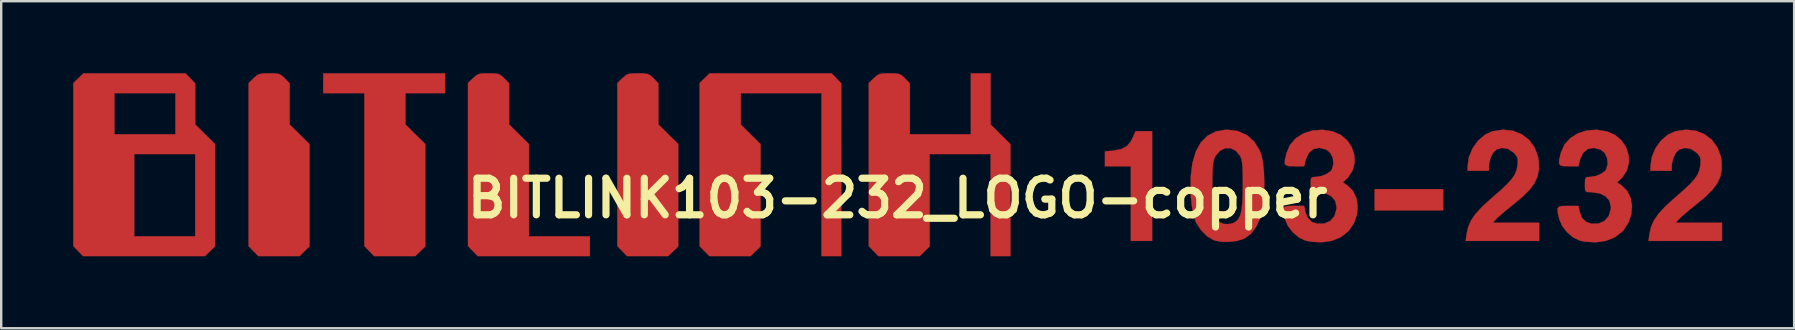
<source format=kicad_pcb>
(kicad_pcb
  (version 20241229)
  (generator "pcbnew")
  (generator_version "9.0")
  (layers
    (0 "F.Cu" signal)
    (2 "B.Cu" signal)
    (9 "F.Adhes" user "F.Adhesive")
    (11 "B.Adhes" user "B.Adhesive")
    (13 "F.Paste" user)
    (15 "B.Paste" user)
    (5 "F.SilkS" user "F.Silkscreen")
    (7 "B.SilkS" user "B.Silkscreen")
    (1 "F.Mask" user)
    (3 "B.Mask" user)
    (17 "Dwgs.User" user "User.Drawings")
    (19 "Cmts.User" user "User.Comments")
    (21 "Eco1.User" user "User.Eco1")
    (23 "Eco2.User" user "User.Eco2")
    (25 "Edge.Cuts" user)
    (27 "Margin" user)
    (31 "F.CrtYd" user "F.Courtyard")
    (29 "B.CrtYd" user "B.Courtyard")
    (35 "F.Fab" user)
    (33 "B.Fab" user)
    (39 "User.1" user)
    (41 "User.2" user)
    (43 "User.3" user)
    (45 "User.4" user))
  (footprint "BITLINK103-232_LOGO-copper"
    (layer "F.Cu")
    (at 34.359 5.212)
    (property "Reference" "BITLINK103-232_LOGO-copper" (at 0 0 0) (layer "F.SilkS") (effects (font (size 1.524 1.524) (thickness 0.3))))
    (attr through_hole)
    (fp_poly (pts (xy 22.733 0.508) (xy 19.875 0.508) (xy 19.875 -0.381) (xy 22.733 -0.381) (xy 22.733 0.508)) (stroke (width 0.01) (type solid)) (fill yes) (layer "F.Cu"))
    (fp_poly (pts (xy 10.604 1.778) (xy 9.716 1.778) (xy 9.716 -1.333) (xy 8.636 -1.333) (xy 8.636 -1.951) (xy 8.99 -1.987) (xy 9.313 -2.049) (xy 9.543 -2.168) (xy 9.711 -2.364) (xy 9.788 -2.514) (xy 9.912 -2.794) (xy 10.604 -2.794) (xy 10.604 1.778)) (stroke (width 0.01) (type solid)) (fill yes) (layer "F.Cu"))
    (fp_poly (pts (xy -18.86 -4.381) (xy -20.511 -4.381) (xy -20.511 -3.076) (xy -20.098 -2.667) (xy -19.685 -2.258) (xy -19.685 2.007) (xy -19.894 2.21) (xy -20.104 2.413) (xy -21.819 2.413) (xy -22.022 2.204) (xy -22.225 1.994) (xy -22.225 -4.381) (xy -23.939 -4.381) (xy -23.939 -5.207) (xy -18.86 -5.207) (xy -18.86 -4.381)) (stroke (width 0.01) (type solid)) (fill yes) (layer "F.Cu"))
    (fp_poly (pts (xy -2.552 -4.998) (xy -2.35 -4.788) (xy -2.349 -1.188) (xy -2.349 2.413) (xy -3.175 2.413) (xy -3.175 -4.381) (xy -6.54 -4.381) (xy -6.54 -3.076) (xy -6.128 -2.667) (xy -5.715 -2.258) (xy -5.715 2.007) (xy -5.924 2.21) (xy -6.134 2.413) (xy -7.849 2.413) (xy -8.052 2.204) (xy -8.255 1.994) (xy -8.255 -4.801) (xy -8.046 -5.004) (xy -7.836 -5.207) (xy -5.296 -5.207) (xy -2.755 -5.207) (xy -2.552 -4.998)) (stroke (width 0.01) (type solid)) (fill yes) (layer "F.Cu"))
    (fp_poly (pts (xy -16.804 -5.203) (xy -16.65 -5.181) (xy -16.538 -5.129) (xy -16.429 -5.031) (xy -16.395 -4.998) (xy -16.192 -4.788) (xy -16.192 -3.076) (xy -15.78 -2.667) (xy -15.367 -2.258) (xy -15.367 1.587) (xy -12.827 1.587) (xy -12.827 2.413) (xy -17.501 2.413) (xy -17.704 2.204) (xy -17.907 1.994) (xy -17.907 -4.801) (xy -17.698 -5.004) (xy -17.576 -5.112) (xy -17.464 -5.173) (xy -17.318 -5.2) (xy -17.095 -5.207) (xy -17.043 -5.207) (xy -16.804 -5.203)) (stroke (width 0.01) (type solid)) (fill yes) (layer "F.Cu"))
    (fp_poly (pts (xy -10.581 -5.203) (xy -10.427 -5.181) (xy -10.315 -5.129) (xy -10.206 -5.031) (xy -10.172 -4.998) (xy -9.97 -4.788) (xy -9.97 -3.076) (xy -9.557 -2.667) (xy -9.144 -2.258) (xy -9.144 2.007) (xy -9.353 2.21) (xy -9.563 2.413) (xy -11.278 2.413) (xy -11.481 2.204) (xy -11.684 1.994) (xy -11.684 -4.801) (xy -11.475 -5.004) (xy -11.353 -5.112) (xy -11.241 -5.173) (xy -11.095 -5.2) (xy -10.872 -5.207) (xy -10.82 -5.207) (xy -10.581 -5.203)) (stroke (width 0.01) (type solid)) (fill yes) (layer "F.Cu"))
    (fp_poly (pts (xy -25.948 -5.203) (xy -25.794 -5.181) (xy -25.682 -5.129) (xy -25.573 -5.031) (xy -25.539 -4.998) (xy -25.337 -4.788) (xy -25.337 -3.076) (xy -24.924 -2.667) (xy -24.511 -2.258) (xy -24.511 2.007) (xy -24.72 2.21) (xy -24.93 2.413) (xy -26.645 2.413) (xy -26.848 2.204) (xy -27.051 1.994) (xy -27.051 -1.403) (xy -27.051 -4.801) (xy -26.842 -5.004) (xy -26.72 -5.112) (xy -26.608 -5.173) (xy -26.462 -5.2) (xy -26.239 -5.207) (xy -26.187 -5.207) (xy -25.948 -5.203)) (stroke (width 0.01) (type solid)) (fill yes) (layer "F.Cu"))
    (fp_poly (pts (xy 3.873 -3.076) (xy 4.286 -2.667) (xy 4.699 -2.258) (xy 4.699 2.413) (xy 3.873 2.413) (xy 3.873 -1.841) (xy 1.333 -1.841) (xy 1.333 2.007) (xy 1.124 2.21) (xy 0.915 2.413) (xy -0.801 2.413) (xy -1.004 2.204) (xy -1.206 1.994) (xy -1.206 -4.801) (xy -0.997 -5.004) (xy -0.876 -5.112) (xy -0.763 -5.173) (xy -0.617 -5.2) (xy -0.394 -5.207) (xy -0.343 -5.207) (xy -0.103 -5.203) (xy 0.051 -5.181) (xy 0.162 -5.129) (xy 0.272 -5.031) (xy 0.305 -4.998) (xy 0.508 -4.788) (xy 0.508 -2.667) (xy 3.048 -2.667) (xy 3.048 -5.207) (xy 3.873 -5.207) (xy 3.873 -3.076)) (stroke (width 0.01) (type solid)) (fill yes) (layer "F.Cu"))
    (fp_poly (pts (xy -29.476 -4.998) (xy -29.274 -4.788) (xy -29.273 -3.932) (xy -29.273 -3.076) (xy -28.861 -2.667) (xy -28.448 -2.258) (xy -28.448 2.007) (xy -28.657 2.21) (xy -28.867 2.413) (xy -33.948 2.413) (xy -34.151 2.204) (xy -34.353 1.994) (xy -34.354 -1.403) (xy -34.354 -1.841) (xy -31.814 -1.841) (xy -31.814 1.587) (xy -29.273 1.587) (xy -29.273 -1.841) (xy -31.814 -1.841) (xy -34.354 -1.841) (xy -34.354 -4.381) (xy -32.639 -4.381) (xy -32.639 -2.667) (xy -30.099 -2.667) (xy -30.099 -4.381) (xy -32.639 -4.381) (xy -34.354 -4.381) (xy -34.354 -4.801) (xy -34.144 -5.004) (xy -33.935 -5.207) (xy -29.679 -5.207) (xy -29.476 -4.998)) (stroke (width 0.01) (type solid)) (fill yes) (layer "F.Cu"))
    (fp_poly (pts (xy 25.641 -2.814) (xy 26.009 -2.667) (xy 26.316 -2.429) (xy 26.548 -2.109) (xy 26.688 -1.718) (xy 26.717 -1.524) (xy 26.721 -1.197) (xy 26.665 -0.903) (xy 26.537 -0.625) (xy 26.326 -0.345) (xy 26.021 -0.045) (xy 25.632 0.278) (xy 25.395 0.468) (xy 25.181 0.648) (xy 25.019 0.792) (xy 24.96 0.85) (xy 24.806 1.016) (xy 26.733 1.016) (xy 26.733 1.778) (xy 23.668 1.778) (xy 23.708 1.486) (xy 23.773 1.198) (xy 23.892 0.927) (xy 24.08 0.653) (xy 24.349 0.359) (xy 24.714 0.024) (xy 24.791 -0.042) (xy 25.141 -0.348) (xy 25.403 -0.595) (xy 25.588 -0.801) (xy 25.712 -0.983) (xy 25.786 -1.158) (xy 25.824 -1.344) (xy 25.83 -1.393) (xy 25.84 -1.593) (xy 25.81 -1.725) (xy 25.722 -1.845) (xy 25.667 -1.902) (xy 25.434 -2.058) (xy 25.179 -2.097) (xy 24.946 -2.027) (xy 24.818 -1.901) (xy 24.711 -1.695) (xy 24.647 -1.456) (xy 24.638 -1.336) (xy 24.638 -1.143) (xy 23.749 -1.143) (xy 23.749 -1.322) (xy 23.804 -1.711) (xy 23.955 -2.08) (xy 24.185 -2.401) (xy 24.474 -2.649) (xy 24.785 -2.791) (xy 25.228 -2.858) (xy 25.641 -2.814)) (stroke (width 0.01) (type solid)) (fill yes) (layer "F.Cu"))
    (fp_poly (pts (xy 33.261 -2.814) (xy 33.629 -2.667) (xy 33.936 -2.429) (xy 34.168 -2.109) (xy 34.308 -1.718) (xy 34.337 -1.524) (xy 34.341 -1.197) (xy 34.285 -0.903) (xy 34.157 -0.625) (xy 33.946 -0.345) (xy 33.641 -0.045) (xy 33.252 0.278) (xy 33.015 0.468) (xy 32.801 0.648) (xy 32.639 0.792) (xy 32.58 0.85) (xy 32.426 1.016) (xy 34.353 1.016) (xy 34.353 1.778) (xy 31.288 1.778) (xy 31.328 1.486) (xy 31.393 1.198) (xy 31.512 0.927) (xy 31.7 0.653) (xy 31.969 0.359) (xy 32.334 0.024) (xy 32.411 -0.042) (xy 32.761 -0.348) (xy 33.023 -0.595) (xy 33.208 -0.801) (xy 33.332 -0.983) (xy 33.406 -1.158) (xy 33.444 -1.344) (xy 33.45 -1.393) (xy 33.46 -1.593) (xy 33.43 -1.725) (xy 33.342 -1.845) (xy 33.287 -1.902) (xy 33.054 -2.058) (xy 32.799 -2.097) (xy 32.566 -2.027) (xy 32.438 -1.901) (xy 32.331 -1.695) (xy 32.267 -1.456) (xy 32.258 -1.336) (xy 32.258 -1.143) (xy 31.369 -1.143) (xy 31.369 -1.322) (xy 31.424 -1.711) (xy 31.575 -2.08) (xy 31.805 -2.401) (xy 32.094 -2.649) (xy 32.405 -2.791) (xy 32.848 -2.858) (xy 33.261 -2.814)) (stroke (width 0.01) (type solid)) (fill yes) (layer "F.Cu"))
    (fp_poly (pts (xy 14.177 -2.8) (xy 14.551 -2.633) (xy 14.856 -2.364) (xy 15.082 -2) (xy 15.159 -1.795) (xy 15.222 -1.499) (xy 15.261 -1.119) (xy 15.278 -0.691) (xy 15.272 -0.249) (xy 15.243 0.17) (xy 15.193 0.531) (xy 15.127 0.785) (xy 14.943 1.188) (xy 14.722 1.481) (xy 14.456 1.675) (xy 14.434 1.686) (xy 14.144 1.778) (xy 13.796 1.82) (xy 13.447 1.81) (xy 13.176 1.75) (xy 12.899 1.591) (xy 12.645 1.336) (xy 12.442 1.02) (xy 12.356 0.814) (xy 12.302 0.592) (xy 12.254 0.289) (xy 12.219 -0.048) (xy 12.21 -0.195) (xy 12.209 -0.54) (xy 13.113 -0.54) (xy 13.122 -0.028) (xy 13.153 0.369) (xy 13.211 0.665) (xy 13.301 0.872) (xy 13.426 1.002) (xy 13.593 1.066) (xy 13.748 1.079) (xy 13.937 1.048) (xy 14.078 0.984) (xy 14.186 0.881) (xy 14.267 0.734) (xy 14.323 0.525) (xy 14.359 0.237) (xy 14.378 -0.145) (xy 14.382 -0.572) (xy 14.38 -0.966) (xy 14.372 -1.256) (xy 14.355 -1.464) (xy 14.329 -1.611) (xy 14.29 -1.722) (xy 14.271 -1.76) (xy 14.095 -1.975) (xy 13.88 -2.083) (xy 13.65 -2.084) (xy 13.433 -1.98) (xy 13.254 -1.771) (xy 13.227 -1.722) (xy 13.181 -1.608) (xy 13.149 -1.467) (xy 13.128 -1.276) (xy 13.117 -1.012) (xy 13.113 -0.65) (xy 13.113 -0.54) (xy 12.209 -0.54) (xy 12.209 -0.874) (xy 12.28 -1.458) (xy 12.422 -1.943) (xy 12.634 -2.327) (xy 12.914 -2.609) (xy 13.261 -2.786) (xy 13.673 -2.856) (xy 13.741 -2.857) (xy 14.177 -2.8)) (stroke (width 0.01) (type solid)) (fill yes) (layer "F.Cu"))
    (fp_poly (pts (xy 18.129 -2.787) (xy 18.467 -2.639) (xy 18.734 -2.412) (xy 18.923 -2.129) (xy 19.028 -1.811) (xy 19.043 -1.481) (xy 18.961 -1.161) (xy 18.775 -0.874) (xy 18.709 -0.807) (xy 18.552 -0.661) (xy 18.739 -0.537) (xy 18.97 -0.312) (xy 19.114 -0.019) (xy 19.171 0.318) (xy 19.141 0.673) (xy 19.022 1.021) (xy 18.814 1.338) (xy 18.783 1.372) (xy 18.473 1.618) (xy 18.089 1.775) (xy 17.652 1.839) (xy 17.184 1.805) (xy 16.992 1.763) (xy 16.722 1.636) (xy 16.466 1.42) (xy 16.26 1.152) (xy 16.14 0.873) (xy 16.078 0.611) (xy 16.064 0.447) (xy 16.113 0.36) (xy 16.241 0.324) (xy 16.463 0.318) (xy 16.503 0.318) (xy 16.94 0.318) (xy 16.981 0.535) (xy 17.081 0.809) (xy 17.261 0.985) (xy 17.477 1.058) (xy 17.782 1.052) (xy 18.029 0.941) (xy 18.202 0.738) (xy 18.284 0.457) (xy 18.288 0.367) (xy 18.233 0.11) (xy 18.073 -0.082) (xy 17.814 -0.205) (xy 17.462 -0.253) (xy 17.415 -0.254) (xy 17.293 -0.26) (xy 17.232 -0.299) (xy 17.211 -0.405) (xy 17.209 -0.572) (xy 17.213 -0.759) (xy 17.238 -0.853) (xy 17.305 -0.885) (xy 17.401 -0.889) (xy 17.638 -0.923) (xy 17.867 -1.01) (xy 18.04 -1.13) (xy 18.092 -1.197) (xy 18.158 -1.43) (xy 18.134 -1.673) (xy 18.032 -1.886) (xy 17.865 -2.025) (xy 17.582 -2.099) (xy 17.337 -2.055) (xy 17.144 -1.901) (xy 17.018 -1.644) (xy 17.01 -1.616) (xy 16.939 -1.333) (xy 16.534 -1.333) (xy 16.313 -1.339) (xy 16.183 -1.371) (xy 16.129 -1.452) (xy 16.138 -1.607) (xy 16.196 -1.859) (xy 16.203 -1.889) (xy 16.35 -2.227) (xy 16.592 -2.502) (xy 16.91 -2.704) (xy 17.287 -2.824) (xy 17.702 -2.854) (xy 18.129 -2.787)) (stroke (width 0.01) (type solid)) (fill yes) (layer "F.Cu"))
    (fp_poly (pts (xy 29.559 -2.787) (xy 29.897 -2.639) (xy 30.164 -2.412) (xy 30.353 -2.129) (xy 30.458 -1.811) (xy 30.473 -1.481) (xy 30.391 -1.161) (xy 30.205 -0.874) (xy 30.139 -0.807) (xy 29.982 -0.661) (xy 30.169 -0.537) (xy 30.4 -0.312) (xy 30.544 -0.019) (xy 30.601 0.318) (xy 30.571 0.673) (xy 30.452 1.021) (xy 30.244 1.338) (xy 30.213 1.372) (xy 29.903 1.618) (xy 29.519 1.775) (xy 29.082 1.839) (xy 28.614 1.805) (xy 28.422 1.763) (xy 28.152 1.636) (xy 27.896 1.42) (xy 27.69 1.152) (xy 27.57 0.873) (xy 27.508 0.611) (xy 27.494 0.447) (xy 27.543 0.36) (xy 27.671 0.324) (xy 27.893 0.318) (xy 27.933 0.318) (xy 28.37 0.318) (xy 28.411 0.535) (xy 28.511 0.809) (xy 28.691 0.985) (xy 28.907 1.058) (xy 29.212 1.052) (xy 29.459 0.941) (xy 29.632 0.738) (xy 29.714 0.457) (xy 29.718 0.367) (xy 29.663 0.11) (xy 29.503 -0.082) (xy 29.244 -0.205) (xy 28.892 -0.253) (xy 28.845 -0.254) (xy 28.723 -0.26) (xy 28.662 -0.299) (xy 28.641 -0.405) (xy 28.639 -0.572) (xy 28.643 -0.759) (xy 28.668 -0.853) (xy 28.735 -0.885) (xy 28.831 -0.889) (xy 29.068 -0.923) (xy 29.297 -1.01) (xy 29.47 -1.13) (xy 29.522 -1.197) (xy 29.588 -1.43) (xy 29.564 -1.673) (xy 29.462 -1.886) (xy 29.295 -2.025) (xy 29.012 -2.099) (xy 28.767 -2.055) (xy 28.574 -1.901) (xy 28.448 -1.644) (xy 28.44 -1.616) (xy 28.369 -1.333) (xy 27.964 -1.333) (xy 27.743 -1.339) (xy 27.613 -1.371) (xy 27.559 -1.452) (xy 27.568 -1.607) (xy 27.626 -1.859) (xy 27.633 -1.889) (xy 27.78 -2.227) (xy 28.022 -2.502) (xy 28.34 -2.704) (xy 28.717 -2.824) (xy 29.132 -2.854) (xy 29.559 -2.787)) (stroke (width 0.01) (type solid)) (fill yes) (layer "F.Cu")))
  (gr_rect
    (start -3 -3)
    (end 71.717 10.63)
    (stroke (width 0.1) (type default))
    (fill no)
    (layer "Edge.Cuts")))
</source>
